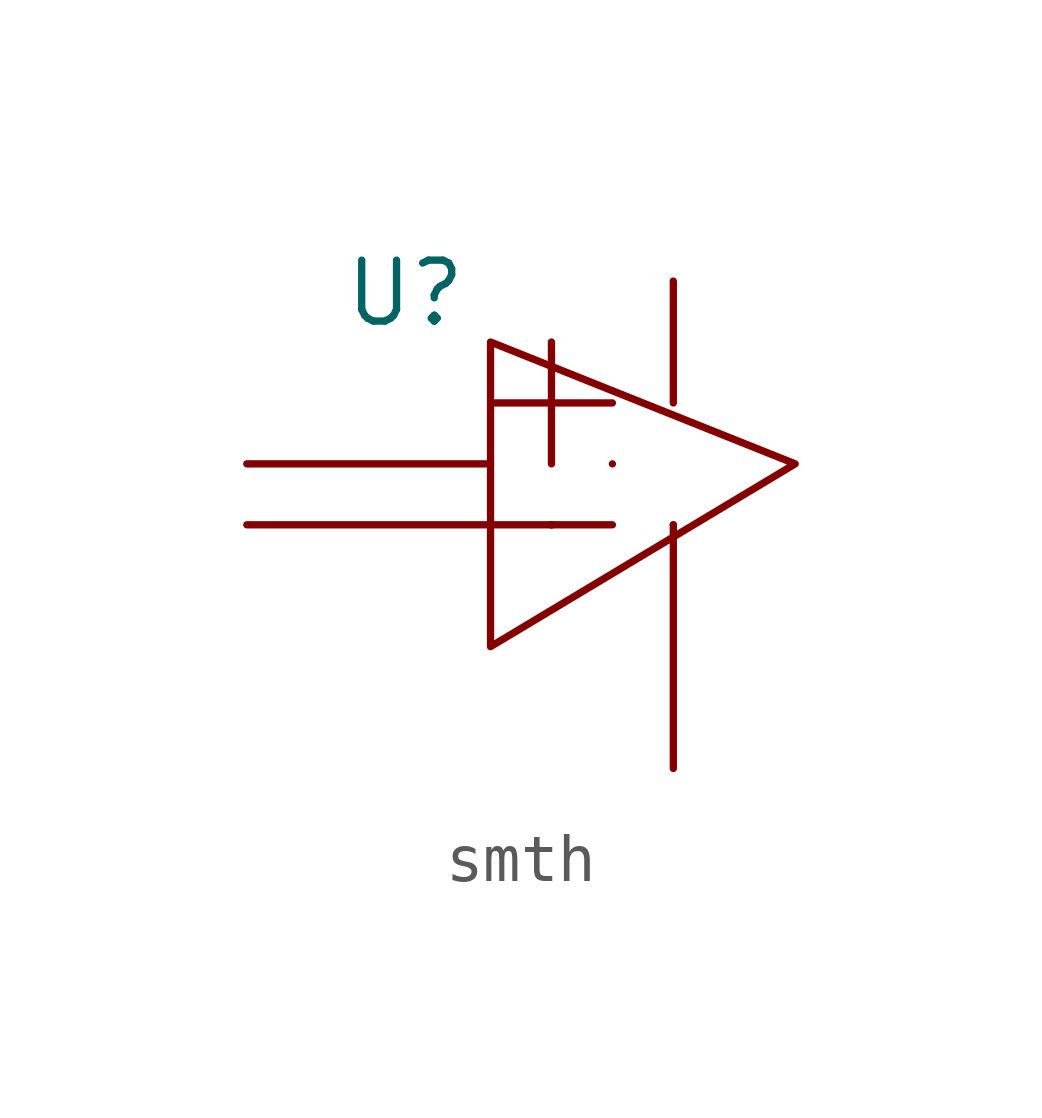
<source format=kicad_sym>
(kicad_symbol_lib
  (version 20241209)
  (generator "kicad_symbol_editor")
  (generator_version "9.0")
  (symbol "smth"
    (pin_names
      (offset 0.0001))
    (property "Reference" "U"
      (at -5.588 3.556 0)
      (effects (font (size 1.27 1.27))))
    (property "Value" ""
      (at 0 0 0)
      (effects (font (size 1.27 1.27))))
    (property "ki_locked" ""
      (at 0 0 0)
      (effects (font (size 1.27 1.27))))
    (symbol "smth_1_1"
      (polyline (pts (xy -3.81 2.54) (xy -3.81 -3.81) (xy 2.54 0) (xy -3.81 2.54)) (stroke (width 0) (type default)) (fill (type none)))
      (polyline (pts (xy -3.81 1.27) (xy -1.27 1.27)) (stroke (width 0) (type default)) (fill (type none)))
      (polyline (pts (xy -3.81 0) (xy -8.89 0)) (stroke (width 0) (type default)) (fill (type none)))
      (polyline (pts (xy -3.81 -1.27) (xy -8.89 -1.27)) (stroke (width 0) (type default)) (fill (type none)))
      (polyline (pts (xy -3.81 -1.27) (xy -3.81 -1.27)) (stroke (width 0) (type default)) (fill (type none)))
      (polyline (pts (xy -3.81 -1.27) (xy -3.81 -1.27)) (stroke (width 0) (type default)) (fill (type none)))
      (polyline (pts (xy -2.54 1.27) (xy -2.54 2.54)) (stroke (width 0) (type default)) (fill (type none)))
      (polyline (pts (xy -2.54 1.27) (xy -2.54 1.27)) (stroke (width 0) (type default)) (fill (type none)))
      (polyline (pts (xy -2.54 0) (xy -2.54 1.27)) (stroke (width 0) (type default)) (fill (type none)))
      (polyline (pts (xy -2.54 -1.27) (xy -2.54 -1.27)) (stroke (width 0) (type default)) (fill (type none)))
      (polyline (pts (xy -2.54 -1.27) (xy -2.54 -1.27)) (stroke (width 0) (type default)) (fill (type none)))
      (polyline (pts (xy -2.54 -1.27) (xy -2.54 -1.27)) (stroke (width 0) (type default)) (fill (type none)))
      (polyline (pts (xy -1.27 0) (xy -1.27 0)) (stroke (width 0) (type default)) (fill (type none)))
      (polyline (pts (xy -1.27 -1.27) (xy -3.81 -1.27)) (stroke (width 0) (type default)) (fill (type none)))
      (polyline (pts (xy 0 1.27) (xy 0 3.81)) (stroke (width 0) (type default)) (fill (type none)))
      (polyline (pts (xy 0 -1.27) (xy 0 -1.27)) (stroke (width 0) (type default)) (fill (type none)))
      (polyline (pts (xy 0 -1.27) (xy 0 -6.35)) (stroke (width 0) (type default)) (fill (type none))))))
</source>
